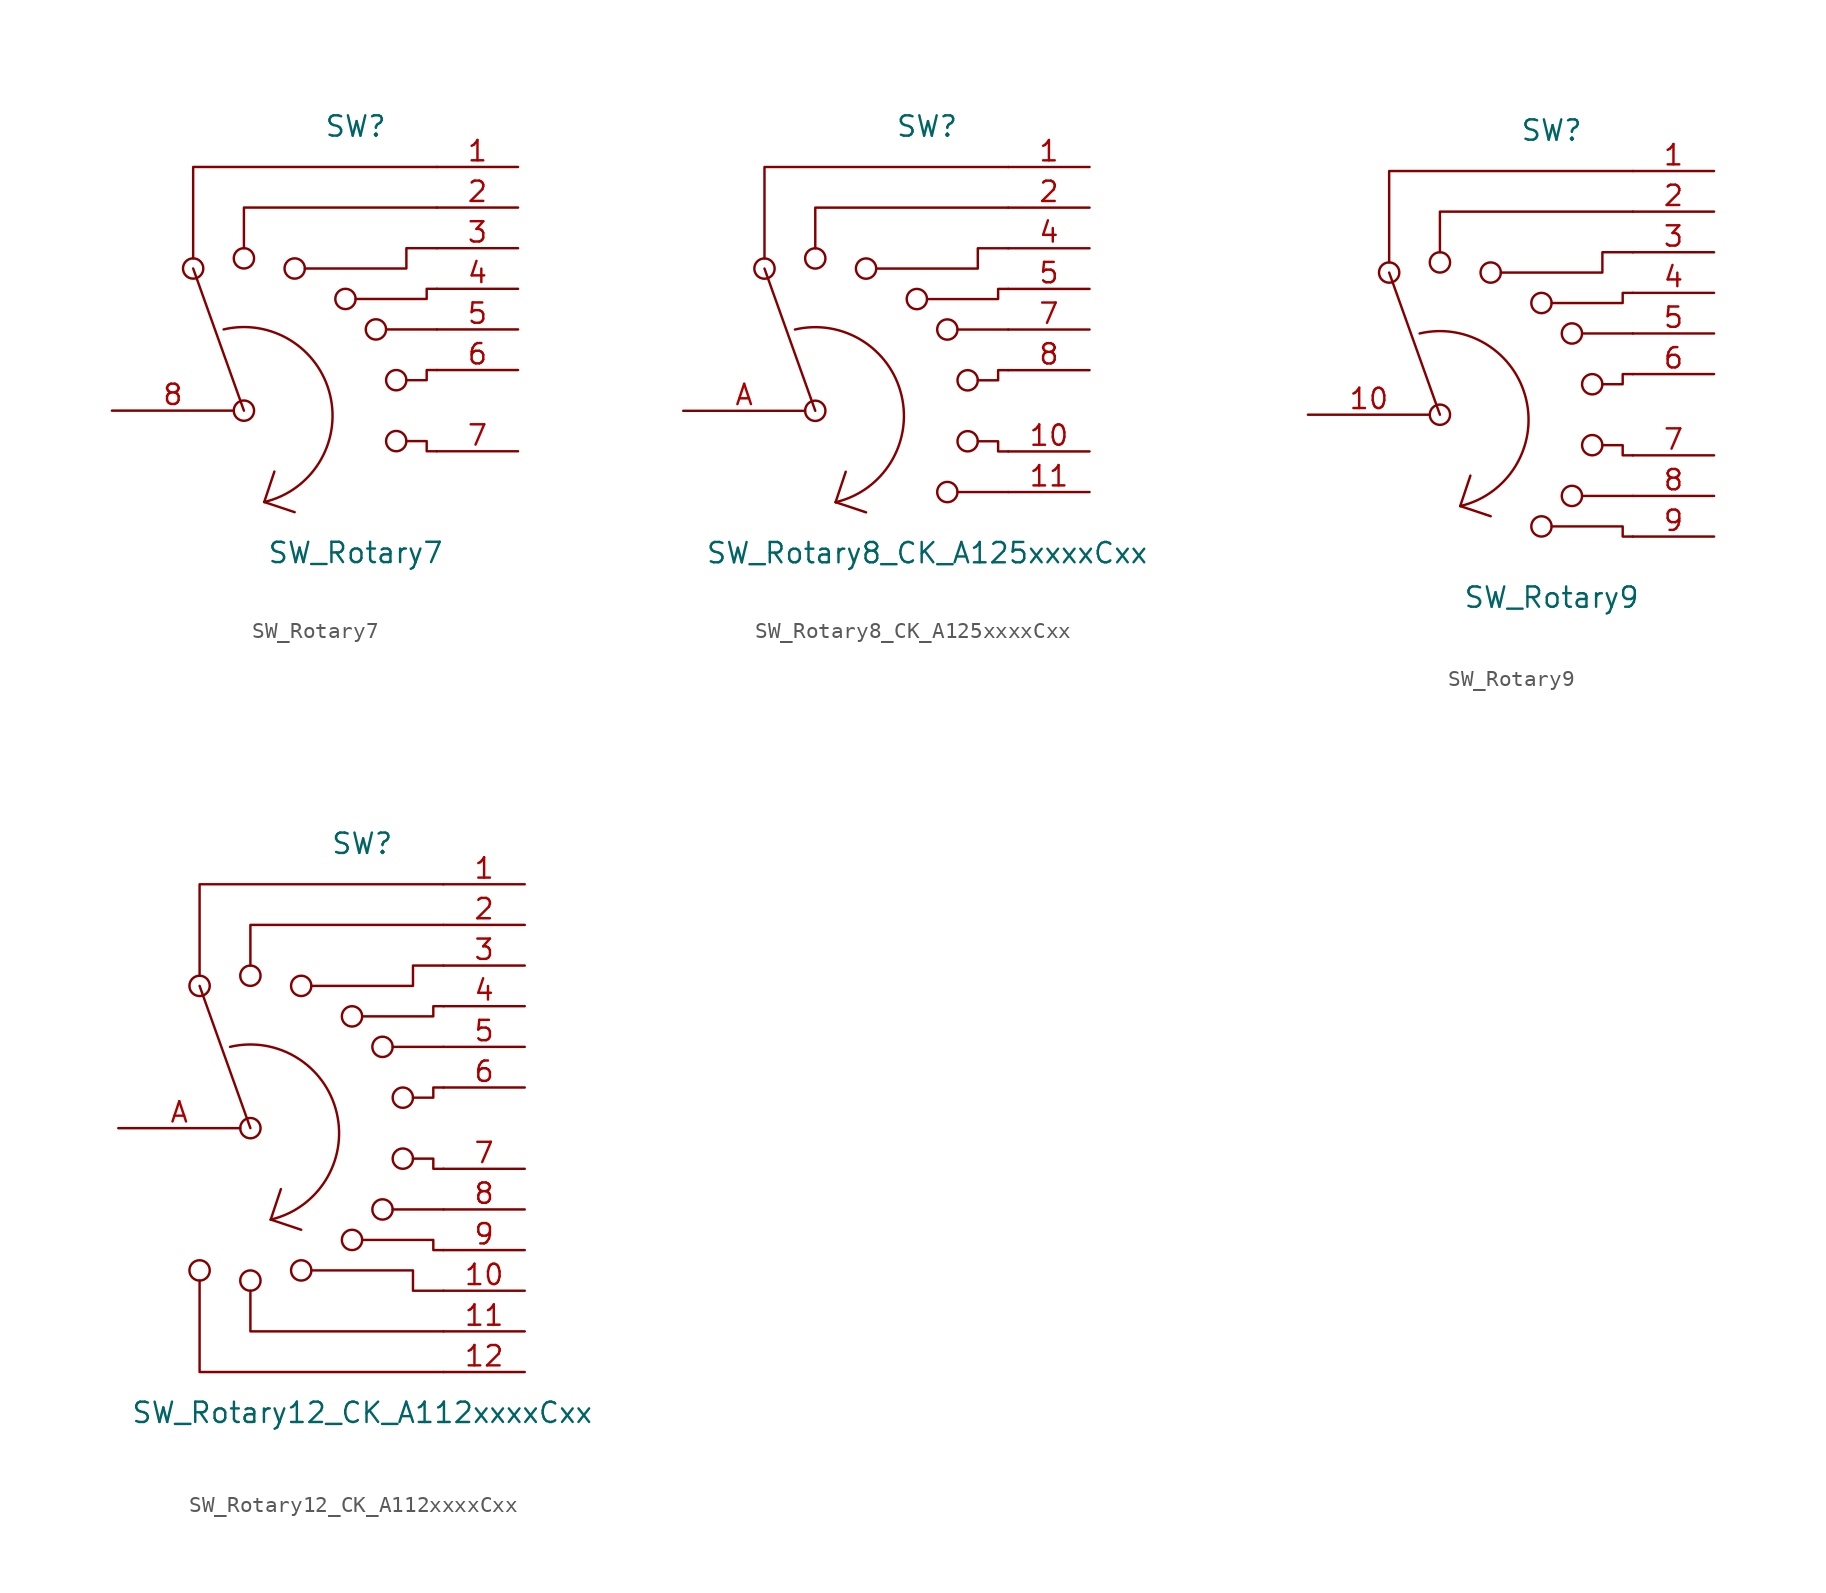
<source format=kicad_sym>
(kicad_symbol_lib
  (version 20231120)
  (generator "kicad_symbol_editor")
  (generator_version "8.0")
  (symbol "SW_Rotary7"
    (pin_names
      (offset 1.016) hide)
    (property "Reference" "SW"
      (at 0 17.78 0)
      (effects (font (size 1.27 1.27))))
    (property "Value" "SW_Rotary7"
      (at 0 -8.89 0)
      (effects (font (size 1.27 1.27))))
    (symbol "SW_Rotary7_0_0"
      (circle (center -10.16 8.89) (radius 0.635) (stroke (width 0) (type solid)) (fill (type none)))
      (circle (center -6.985 0) (radius 0.635) (stroke (width 0) (type solid)) (fill (type none)))
      (circle (center -6.985 9.525) (radius 0.635) (stroke (width 0) (type solid)) (fill (type none)))
      (arc (start -5.715 -5.715) (mid -1.5995 0.937) (end -8.255 5.08) (stroke (width 0) (type solid)) (fill (type none)))
      (circle (center -3.81 8.89) (radius 0.635) (stroke (width 0) (type solid)) (fill (type none)))
      (circle (center -0.635 6.985) (radius 0.635) (stroke (width 0) (type solid)) (fill (type none)))
      (polyline (pts (xy -6.985 0) (xy -10.16 8.89)) (stroke (width 0) (type solid)) (fill (type none)))
      (polyline (pts (xy -5.715 -5.715) (xy -5.08 -3.81)) (stroke (width 0) (type solid)) (fill (type none)))
      (polyline (pts (xy -5.715 -5.715) (xy -3.81 -6.35)) (stroke (width 0) (type solid)) (fill (type none)))
      (polyline (pts (xy 1.905 5.08) (xy 5.08 5.08)) (stroke (width 0) (type solid)) (fill (type none)))
      (polyline (pts (xy -10.16 9.525) (xy -10.16 15.24) (xy 5.08 15.24)) (stroke (width 0) (type solid)) (fill (type none)))
      (polyline (pts (xy -6.985 10.16) (xy -6.985 12.7) (xy 5.08 12.7)) (stroke (width 0) (type solid)) (fill (type none)))
      (polyline (pts (xy -3.175 8.89) (xy 3.175 8.89) (xy 3.175 10.16) (xy 5.08 10.16)) (stroke (width 0) (type solid)) (fill (type none)))
      (polyline (pts (xy 0 6.985) (xy 4.445 6.985) (xy 4.445 7.62) (xy 5.08 7.62)) (stroke (width 0) (type solid)) (fill (type none)))
      (polyline (pts (xy 3.175 -1.905) (xy 4.445 -1.905) (xy 4.445 -2.54) (xy 5.08 -2.54)) (stroke (width 0) (type solid)) (fill (type none)))
      (polyline (pts (xy 3.175 1.905) (xy 4.445 1.905) (xy 4.445 2.54) (xy 5.08 2.54)) (stroke (width 0) (type solid)) (fill (type none)))
      (circle (center 1.27 5.08) (radius 0.635) (stroke (width 0) (type solid)) (fill (type none)))
      (circle (center 2.54 -1.905) (radius 0.635) (stroke (width 0) (type solid)) (fill (type none)))
      (circle (center 2.54 1.905) (radius 0.635) (stroke (width 0) (type solid)) (fill (type none))))
    (symbol "SW_Rotary7_0_1"
      (pin passive line (at 10.16 15.24 180) (length 5.08) (name "1" (effects (font (size 1.27 1.27)))) (number "1" (effects (font (size 1.27 1.27)))))
      (pin passive line (at 10.16 12.7 180) (length 5.08) (name "2" (effects (font (size 1.27 1.27)))) (number "2" (effects (font (size 1.27 1.27)))))
      (pin passive line (at 10.16 10.16 180) (length 5.08) (name "3" (effects (font (size 1.27 1.27)))) (number "3" (effects (font (size 1.27 1.27)))))
      (pin passive line (at 10.16 7.62 180) (length 5.08) (name "4" (effects (font (size 1.27 1.27)))) (number "4" (effects (font (size 1.27 1.27)))))
      (pin passive line (at 10.16 5.08 180) (length 5.08) (name "5" (effects (font (size 1.27 1.27)))) (number "5" (effects (font (size 1.27 1.27)))))
      (pin passive line (at 10.16 2.54 180) (length 5.08) (name "6" (effects (font (size 1.27 1.27)))) (number "6" (effects (font (size 1.27 1.27)))))
      (pin passive line (at 10.16 -2.54 180) (length 5.08) (name "7" (effects (font (size 1.27 1.27)))) (number "7" (effects (font (size 1.27 1.27)))))
      (pin passive line (at -15.24 0 0) (length 7.62) (name "8" (effects (font (size 1.27 1.27)))) (number "8" (effects (font (size 1.27 1.27)))))))
  (symbol "SW_Rotary8_CK_A125xxxxCxx"
    (pin_names
      (offset 1.016) hide)
    (property "Reference" "SW"
      (at 0 17.78 0)
      (effects (font (size 1.27 1.27))))
    (property "Value" "SW_Rotary8_CK_A125xxxxCxx"
      (at 0 -8.89 0)
      (effects (font (size 1.27 1.27))))
    (symbol "SW_Rotary8_CK_A125xxxxCxx_0_0"
      (circle (center -10.16 8.89) (radius 0.635) (stroke (width 0) (type solid)) (fill (type none)))
      (circle (center -6.985 0) (radius 0.635) (stroke (width 0) (type solid)) (fill (type none)))
      (circle (center -6.985 9.525) (radius 0.635) (stroke (width 0) (type solid)) (fill (type none)))
      (arc (start -5.715 -5.715) (mid -1.5995 0.937) (end -8.255 5.08) (stroke (width 0) (type solid)) (fill (type none)))
      (circle (center -3.81 8.89) (radius 0.635) (stroke (width 0) (type solid)) (fill (type none)))
      (circle (center -0.635 6.985) (radius 0.635) (stroke (width 0) (type solid)) (fill (type none)))
      (polyline (pts (xy -6.985 0) (xy -10.16 8.89)) (stroke (width 0) (type solid)) (fill (type none)))
      (polyline (pts (xy -5.715 -5.715) (xy -5.08 -3.81)) (stroke (width 0) (type solid)) (fill (type none)))
      (polyline (pts (xy -5.715 -5.715) (xy -3.81 -6.35)) (stroke (width 0) (type solid)) (fill (type none)))
      (polyline (pts (xy 1.905 -5.08) (xy 5.08 -5.08)) (stroke (width 0) (type solid)) (fill (type none)))
      (polyline (pts (xy 1.905 5.08) (xy 5.08 5.08)) (stroke (width 0) (type solid)) (fill (type none)))
      (polyline (pts (xy -10.16 9.525) (xy -10.16 15.24) (xy 5.08 15.24)) (stroke (width 0) (type solid)) (fill (type none)))
      (polyline (pts (xy -6.985 10.16) (xy -6.985 12.7) (xy 5.08 12.7)) (stroke (width 0) (type solid)) (fill (type none)))
      (polyline (pts (xy -3.175 8.89) (xy 3.175 8.89) (xy 3.175 10.16) (xy 5.08 10.16)) (stroke (width 0) (type solid)) (fill (type none)))
      (polyline (pts (xy 0 6.985) (xy 4.445 6.985) (xy 4.445 7.62) (xy 5.08 7.62)) (stroke (width 0) (type solid)) (fill (type none)))
      (polyline (pts (xy 3.175 -1.905) (xy 4.445 -1.905) (xy 4.445 -2.54) (xy 5.08 -2.54)) (stroke (width 0) (type solid)) (fill (type none)))
      (polyline (pts (xy 3.175 1.905) (xy 4.445 1.905) (xy 4.445 2.54) (xy 5.08 2.54)) (stroke (width 0) (type solid)) (fill (type none)))
      (circle (center 1.27 -5.08) (radius 0.635) (stroke (width 0) (type solid)) (fill (type none)))
      (circle (center 1.27 5.08) (radius 0.635) (stroke (width 0) (type solid)) (fill (type none)))
      (circle (center 2.54 -1.905) (radius 0.635) (stroke (width 0) (type solid)) (fill (type none)))
      (circle (center 2.54 1.905) (radius 0.635) (stroke (width 0) (type solid)) (fill (type none))))
    (symbol "SW_Rotary8_CK_A125xxxxCxx_0_1"
      (pin passive line (at 10.16 15.24 180) (length 5.08) (name "1" (effects (font (size 1.27 1.27)))) (number "1" (effects (font (size 1.27 1.27)))))
      (pin passive line (at 10.16 -2.54 180) (length 5.08) (name "10" (effects (font (size 1.27 1.27)))) (number "10" (effects (font (size 1.27 1.27)))))
      (pin passive line (at 10.16 -5.08 180) (length 5.08) (name "11" (effects (font (size 1.27 1.27)))) (number "11" (effects (font (size 1.27 1.27)))))
      (pin passive line (at 10.16 12.7 180) (length 5.08) (name "2" (effects (font (size 1.27 1.27)))) (number "2" (effects (font (size 1.27 1.27)))))
      (pin passive line (at 10.16 10.16 180) (length 5.08) (name "4" (effects (font (size 1.27 1.27)))) (number "4" (effects (font (size 1.27 1.27)))))
      (pin passive line (at 10.16 7.62 180) (length 5.08) (name "5" (effects (font (size 1.27 1.27)))) (number "5" (effects (font (size 1.27 1.27)))))
      (pin passive line (at 10.16 5.08 180) (length 5.08) (name "7" (effects (font (size 1.27 1.27)))) (number "7" (effects (font (size 1.27 1.27)))))
      (pin passive line (at 10.16 2.54 180) (length 5.08) (name "8" (effects (font (size 1.27 1.27)))) (number "8" (effects (font (size 1.27 1.27)))))
      (pin passive line (at -15.24 0 0) (length 7.62) (name "A" (effects (font (size 1.27 1.27)))) (number "A" (effects (font (size 1.27 1.27)))))))
  (symbol "SW_Rotary9"
    (pin_names
      (offset 1.016) hide)
    (property "Reference" "SW"
      (at 0 17.78 0)
      (effects (font (size 1.27 1.27))))
    (property "Value" "SW_Rotary9"
      (at 0 -11.43 0)
      (effects (font (size 1.27 1.27))))
    (symbol "SW_Rotary9_0_0"
      (circle (center -10.16 8.89) (radius 0.635) (stroke (width 0) (type solid)) (fill (type none)))
      (circle (center -6.985 0) (radius 0.635) (stroke (width 0) (type solid)) (fill (type none)))
      (circle (center -6.985 9.525) (radius 0.635) (stroke (width 0) (type solid)) (fill (type none)))
      (arc (start -5.715 -5.715) (mid -1.5995 0.937) (end -8.255 5.08) (stroke (width 0) (type solid)) (fill (type none)))
      (circle (center -3.81 8.89) (radius 0.635) (stroke (width 0) (type solid)) (fill (type none)))
      (circle (center -0.635 -6.985) (radius 0.635) (stroke (width 0) (type solid)) (fill (type none)))
      (circle (center -0.635 6.985) (radius 0.635) (stroke (width 0) (type solid)) (fill (type none)))
      (polyline (pts (xy -6.985 0) (xy -10.16 8.89)) (stroke (width 0) (type solid)) (fill (type none)))
      (polyline (pts (xy -5.715 -5.715) (xy -5.08 -3.81)) (stroke (width 0) (type solid)) (fill (type none)))
      (polyline (pts (xy -5.715 -5.715) (xy -3.81 -6.35)) (stroke (width 0) (type solid)) (fill (type none)))
      (polyline (pts (xy 1.905 -5.08) (xy 5.08 -5.08)) (stroke (width 0) (type solid)) (fill (type none)))
      (polyline (pts (xy 1.905 5.08) (xy 5.08 5.08)) (stroke (width 0) (type solid)) (fill (type none)))
      (polyline (pts (xy -10.16 9.525) (xy -10.16 15.24) (xy 5.08 15.24)) (stroke (width 0) (type solid)) (fill (type none)))
      (polyline (pts (xy -6.985 10.16) (xy -6.985 12.7) (xy 5.08 12.7)) (stroke (width 0) (type solid)) (fill (type none)))
      (polyline (pts (xy -3.175 8.89) (xy 3.175 8.89) (xy 3.175 10.16) (xy 5.08 10.16)) (stroke (width 0) (type solid)) (fill (type none)))
      (polyline (pts (xy 0 -6.985) (xy 4.445 -6.985) (xy 4.445 -7.62) (xy 5.08 -7.62)) (stroke (width 0) (type solid)) (fill (type none)))
      (polyline (pts (xy 0 6.985) (xy 4.445 6.985) (xy 4.445 7.62) (xy 5.08 7.62)) (stroke (width 0) (type solid)) (fill (type none)))
      (polyline (pts (xy 3.175 -1.905) (xy 4.445 -1.905) (xy 4.445 -2.54) (xy 5.08 -2.54)) (stroke (width 0) (type solid)) (fill (type none)))
      (polyline (pts (xy 3.175 1.905) (xy 4.445 1.905) (xy 4.445 2.54) (xy 5.08 2.54)) (stroke (width 0) (type solid)) (fill (type none)))
      (circle (center 1.27 -5.08) (radius 0.635) (stroke (width 0) (type solid)) (fill (type none)))
      (circle (center 1.27 5.08) (radius 0.635) (stroke (width 0) (type solid)) (fill (type none)))
      (circle (center 2.54 -1.905) (radius 0.635) (stroke (width 0) (type solid)) (fill (type none)))
      (circle (center 2.54 1.905) (radius 0.635) (stroke (width 0) (type solid)) (fill (type none))))
    (symbol "SW_Rotary9_0_1"
      (pin passive line (at 10.16 15.24 180) (length 5.08) (name "1" (effects (font (size 1.27 1.27)))) (number "1" (effects (font (size 1.27 1.27)))))
      (pin passive line (at -15.24 0 0) (length 7.62) (name "10" (effects (font (size 1.27 1.27)))) (number "10" (effects (font (size 1.27 1.27)))))
      (pin passive line (at 10.16 12.7 180) (length 5.08) (name "2" (effects (font (size 1.27 1.27)))) (number "2" (effects (font (size 1.27 1.27)))))
      (pin passive line (at 10.16 10.16 180) (length 5.08) (name "3" (effects (font (size 1.27 1.27)))) (number "3" (effects (font (size 1.27 1.27)))))
      (pin passive line (at 10.16 7.62 180) (length 5.08) (name "4" (effects (font (size 1.27 1.27)))) (number "4" (effects (font (size 1.27 1.27)))))
      (pin passive line (at 10.16 5.08 180) (length 5.08) (name "5" (effects (font (size 1.27 1.27)))) (number "5" (effects (font (size 1.27 1.27)))))
      (pin passive line (at 10.16 2.54 180) (length 5.08) (name "6" (effects (font (size 1.27 1.27)))) (number "6" (effects (font (size 1.27 1.27)))))
      (pin passive line (at 10.16 -2.54 180) (length 5.08) (name "7" (effects (font (size 1.27 1.27)))) (number "7" (effects (font (size 1.27 1.27)))))
      (pin passive line (at 10.16 -5.08 180) (length 5.08) (name "8" (effects (font (size 1.27 1.27)))) (number "8" (effects (font (size 1.27 1.27)))))
      (pin passive line (at 10.16 -7.62 180) (length 5.08) (name "9" (effects (font (size 1.27 1.27)))) (number "9" (effects (font (size 1.27 1.27)))))))
  (symbol "SW_Rotary12_CK_A112xxxxCxx"
    (pin_names
      (offset 1.016) hide)
    (property "Reference" "SW"
      (at 0 17.78 0)
      (effects (font (size 1.27 1.27))))
    (property "Value" "SW_Rotary12_CK_A112xxxxCxx"
      (at 0 -17.78 0)
      (effects (font (size 1.27 1.27))))
    (symbol "SW_Rotary12_CK_A112xxxxCxx_0_0"
      (circle (center -10.16 -8.89) (radius 0.635) (stroke (width 0) (type solid)) (fill (type none)))
      (circle (center -10.16 8.89) (radius 0.635) (stroke (width 0) (type solid)) (fill (type none)))
      (circle (center -6.985 -9.525) (radius 0.635) (stroke (width 0) (type solid)) (fill (type none)))
      (circle (center -6.985 0) (radius 0.635) (stroke (width 0) (type solid)) (fill (type none)))
      (circle (center -6.985 9.525) (radius 0.635) (stroke (width 0) (type solid)) (fill (type none)))
      (arc (start -5.715 -5.715) (mid -1.5995 0.937) (end -8.255 5.08) (stroke (width 0) (type solid)) (fill (type none)))
      (circle (center -3.81 -8.89) (radius 0.635) (stroke (width 0) (type solid)) (fill (type none)))
      (circle (center -3.81 8.89) (radius 0.635) (stroke (width 0) (type solid)) (fill (type none)))
      (circle (center -0.635 -6.985) (radius 0.635) (stroke (width 0) (type solid)) (fill (type none)))
      (circle (center -0.635 6.985) (radius 0.635) (stroke (width 0) (type solid)) (fill (type none)))
      (polyline (pts (xy -6.985 0) (xy -10.16 8.89)) (stroke (width 0) (type solid)) (fill (type none)))
      (polyline (pts (xy -5.715 -5.715) (xy -5.08 -3.81)) (stroke (width 0) (type solid)) (fill (type none)))
      (polyline (pts (xy -5.715 -5.715) (xy -3.81 -6.35)) (stroke (width 0) (type solid)) (fill (type none)))
      (polyline (pts (xy 1.905 -5.08) (xy 5.08 -5.08)) (stroke (width 0) (type solid)) (fill (type none)))
      (polyline (pts (xy 1.905 5.08) (xy 5.08 5.08)) (stroke (width 0) (type solid)) (fill (type none)))
      (polyline (pts (xy -10.16 -9.525) (xy -10.16 -15.24) (xy 5.08 -15.24)) (stroke (width 0) (type solid)) (fill (type none)))
      (polyline (pts (xy -10.16 9.525) (xy -10.16 15.24) (xy 5.08 15.24)) (stroke (width 0) (type solid)) (fill (type none)))
      (polyline (pts (xy -6.985 -10.16) (xy -6.985 -12.7) (xy 5.08 -12.7)) (stroke (width 0) (type solid)) (fill (type none)))
      (polyline (pts (xy -6.985 10.16) (xy -6.985 12.7) (xy 5.08 12.7)) (stroke (width 0) (type solid)) (fill (type none)))
      (polyline (pts (xy -3.175 -8.89) (xy 3.175 -8.89) (xy 3.175 -10.16) (xy 5.08 -10.16)) (stroke (width 0) (type solid)) (fill (type none)))
      (polyline (pts (xy -3.175 8.89) (xy 3.175 8.89) (xy 3.175 10.16) (xy 5.08 10.16)) (stroke (width 0) (type solid)) (fill (type none)))
      (polyline (pts (xy 0 -6.985) (xy 4.445 -6.985) (xy 4.445 -7.62) (xy 5.08 -7.62)) (stroke (width 0) (type solid)) (fill (type none)))
      (polyline (pts (xy 0 6.985) (xy 4.445 6.985) (xy 4.445 7.62) (xy 5.08 7.62)) (stroke (width 0) (type solid)) (fill (type none)))
      (polyline (pts (xy 3.175 -1.905) (xy 4.445 -1.905) (xy 4.445 -2.54) (xy 5.08 -2.54)) (stroke (width 0) (type solid)) (fill (type none)))
      (polyline (pts (xy 3.175 1.905) (xy 4.445 1.905) (xy 4.445 2.54) (xy 5.08 2.54)) (stroke (width 0) (type solid)) (fill (type none)))
      (circle (center 1.27 -5.08) (radius 0.635) (stroke (width 0) (type solid)) (fill (type none)))
      (circle (center 1.27 5.08) (radius 0.635) (stroke (width 0) (type solid)) (fill (type none)))
      (circle (center 2.54 -1.905) (radius 0.635) (stroke (width 0) (type solid)) (fill (type none)))
      (circle (center 2.54 1.905) (radius 0.635) (stroke (width 0) (type solid)) (fill (type none))))
    (symbol "SW_Rotary12_CK_A112xxxxCxx_0_1"
      (pin passive line (at 10.16 15.24 180) (length 5.08) (name "1" (effects (font (size 1.27 1.27)))) (number "1" (effects (font (size 1.27 1.27)))))
      (pin passive line (at 10.16 -10.16 180) (length 5.08) (name "10" (effects (font (size 1.27 1.27)))) (number "10" (effects (font (size 1.27 1.27)))))
      (pin passive line (at 10.16 -12.7 180) (length 5.08) (name "11" (effects (font (size 1.27 1.27)))) (number "11" (effects (font (size 1.27 1.27)))))
      (pin passive line (at 10.16 -15.24 180) (length 5.08) (name "12" (effects (font (size 1.27 1.27)))) (number "12" (effects (font (size 1.27 1.27)))))
      (pin passive line (at 10.16 12.7 180) (length 5.08) (name "2" (effects (font (size 1.27 1.27)))) (number "2" (effects (font (size 1.27 1.27)))))
      (pin passive line (at 10.16 10.16 180) (length 5.08) (name "3" (effects (font (size 1.27 1.27)))) (number "3" (effects (font (size 1.27 1.27)))))
      (pin passive line (at 10.16 7.62 180) (length 5.08) (name "4" (effects (font (size 1.27 1.27)))) (number "4" (effects (font (size 1.27 1.27)))))
      (pin passive line (at 10.16 5.08 180) (length 5.08) (name "5" (effects (font (size 1.27 1.27)))) (number "5" (effects (font (size 1.27 1.27)))))
      (pin passive line (at 10.16 2.54 180) (length 5.08) (name "6" (effects (font (size 1.27 1.27)))) (number "6" (effects (font (size 1.27 1.27)))))
      (pin passive line (at 10.16 -2.54 180) (length 5.08) (name "7" (effects (font (size 1.27 1.27)))) (number "7" (effects (font (size 1.27 1.27)))))
      (pin passive line (at 10.16 -5.08 180) (length 5.08) (name "8" (effects (font (size 1.27 1.27)))) (number "8" (effects (font (size 1.27 1.27)))))
      (pin passive line (at 10.16 -7.62 180) (length 5.08) (name "9" (effects (font (size 1.27 1.27)))) (number "9" (effects (font (size 1.27 1.27)))))
      (pin passive line (at -15.24 0 0) (length 7.62) (name "13" (effects (font (size 1.27 1.27)))) (number "A" (effects (font (size 1.27 1.27))))))))
</source>
